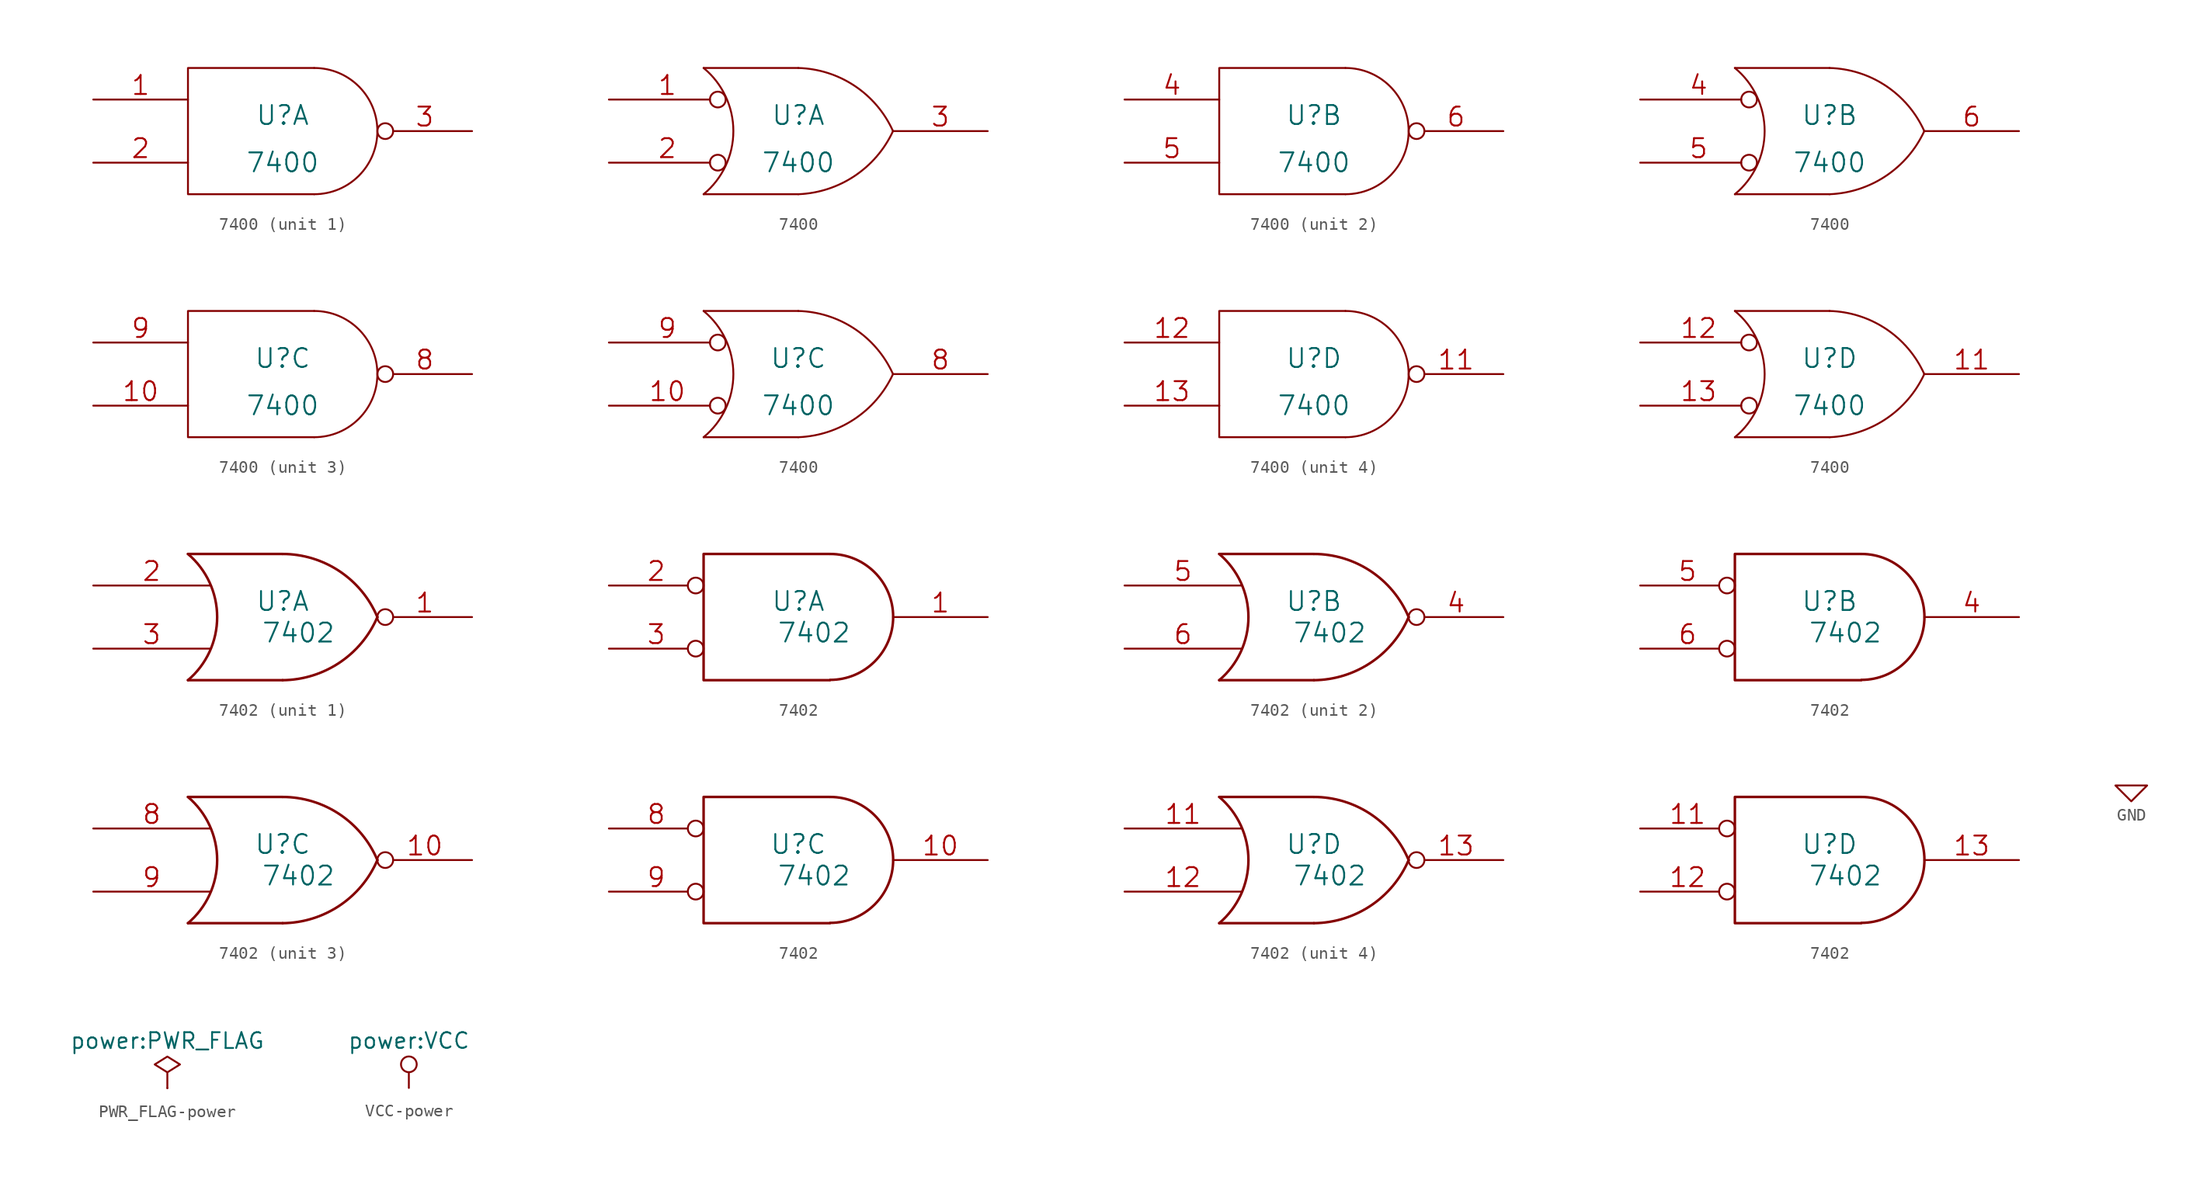
<source format=kicad_sym>
(kicad_symbol_lib
  (version 20241209)
  (generator "kicad_symbol_editor")
  (generator_version "9.0")
  (symbol "7400"
    (pin_names
      (offset 0.762))
    (property "Reference" "U"
      (at 0 1.27 0)
      (effects (font (size 1.524 1.524))))
    (property "Value" "7400"
      (at 0 -2.54 0)
      (effects (font (size 1.524 1.524))))
    (property "Footprint" ""
      (at 0 0 0)
      (effects (font (size 1.524 1.524))))
    (property "Datasheet" ""
      (at 0 0 0)
      (effects (font (size 1.524 1.524))))
    (symbol "7400_0_0"
      (pin power_in line (at -5.08 5.08 270) (length 0) (hide yes) (name "VCC" (effects (font (size 1.016 1.016)))) (number "14" (effects (font (size 1.016 1.016)))))
      (pin power_in line (at -5.08 -5.08 90) (length 0) (hide yes) (name "GND" (effects (font (size 1.016 1.016)))) (number "7" (effects (font (size 1.016 1.016))))))
    (symbol "7400_0_1"
      (polyline (pts (xy 2.54 5.08) (xy -7.62 5.08) (xy -7.62 -5.08) (xy 2.54 -5.08)) (stroke (width 0) (type solid)) (fill (type none)))
      (arc (start 2.54 5.08) (mid 7.62 0) (end 2.54 -5.08) (stroke (width 0) (type solid)) (fill (type none))))
    (symbol "7400_0_2"
      (arc (start -7.62 5.08) (mid -5.2253 0) (end -7.62 -5.08) (stroke (width 0) (type solid)) (fill (type none)))
      (polyline (pts (xy -7.62 5.08) (xy 0 5.08)) (stroke (width 0) (type solid)) (fill (type none)))
      (polyline (pts (xy -7.62 -5.08) (xy 0 -5.08)) (stroke (width 0) (type solid)) (fill (type none)))
      (arc (start 7.62 0) (mid 4.5285 -3.612) (end 0 -5.08) (stroke (width 0) (type solid)) (fill (type none)))
      (arc (start 0 5.08) (mid 4.5426 3.6351) (end 7.62 0) (stroke (width 0) (type solid)) (fill (type none))))
    (symbol "7400_1_1"
      (pin input line (at -15.24 2.54 0) (length 7.62) (name "~" (effects (font (size 1.524 1.524)))) (number "1" (effects (font (size 1.524 1.524)))))
      (pin input line (at -15.24 -2.54 0) (length 7.62) (name "~" (effects (font (size 1.524 1.524)))) (number "2" (effects (font (size 1.524 1.524)))))
      (pin output inverted (at 15.24 0 180) (length 7.62) (name "~" (effects (font (size 1.524 1.524)))) (number "3" (effects (font (size 1.524 1.524))))))
    (symbol "7400_1_2"
      (pin input inverted (at -15.24 2.54 0) (length 9.398) (name "~" (effects (font (size 1.524 1.524)))) (number "1" (effects (font (size 1.524 1.524)))))
      (pin input inverted (at -15.24 -2.54 0) (length 9.398) (name "~" (effects (font (size 1.524 1.524)))) (number "2" (effects (font (size 1.524 1.524)))))
      (pin output line (at 15.24 0 180) (length 7.62) (name "~" (effects (font (size 1.524 1.524)))) (number "3" (effects (font (size 1.524 1.524))))))
    (symbol "7400_2_1"
      (pin input line (at -15.24 2.54 0) (length 7.62) (name "~" (effects (font (size 1.524 1.524)))) (number "4" (effects (font (size 1.524 1.524)))))
      (pin input line (at -15.24 -2.54 0) (length 7.62) (name "~" (effects (font (size 1.524 1.524)))) (number "5" (effects (font (size 1.524 1.524)))))
      (pin output inverted (at 15.24 0 180) (length 7.62) (name "~" (effects (font (size 1.524 1.524)))) (number "6" (effects (font (size 1.524 1.524))))))
    (symbol "7400_2_2"
      (pin input inverted (at -15.24 2.54 0) (length 9.398) (name "~" (effects (font (size 1.524 1.524)))) (number "4" (effects (font (size 1.524 1.524)))))
      (pin input inverted (at -15.24 -2.54 0) (length 9.398) (name "~" (effects (font (size 1.524 1.524)))) (number "5" (effects (font (size 1.524 1.524)))))
      (pin output line (at 15.24 0 180) (length 7.62) (name "~" (effects (font (size 1.524 1.524)))) (number "6" (effects (font (size 1.524 1.524))))))
    (symbol "7400_3_1"
      (pin input line (at -15.24 2.54 0) (length 7.62) (name "~" (effects (font (size 1.524 1.524)))) (number "9" (effects (font (size 1.524 1.524)))))
      (pin input line (at -15.24 -2.54 0) (length 7.62) (name "~" (effects (font (size 1.524 1.524)))) (number "10" (effects (font (size 1.524 1.524)))))
      (pin output inverted (at 15.24 0 180) (length 7.62) (name "~" (effects (font (size 1.524 1.524)))) (number "8" (effects (font (size 1.524 1.524))))))
    (symbol "7400_3_2"
      (pin input inverted (at -15.24 2.54 0) (length 9.398) (name "~" (effects (font (size 1.524 1.524)))) (number "9" (effects (font (size 1.524 1.524)))))
      (pin input inverted (at -15.24 -2.54 0) (length 9.398) (name "~" (effects (font (size 1.524 1.524)))) (number "10" (effects (font (size 1.524 1.524)))))
      (pin output line (at 15.24 0 180) (length 7.62) (name "~" (effects (font (size 1.524 1.524)))) (number "8" (effects (font (size 1.524 1.524))))))
    (symbol "7400_4_1"
      (pin input line (at -15.24 2.54 0) (length 7.62) (name "~" (effects (font (size 1.524 1.524)))) (number "12" (effects (font (size 1.524 1.524)))))
      (pin input line (at -15.24 -2.54 0) (length 7.62) (name "~" (effects (font (size 1.524 1.524)))) (number "13" (effects (font (size 1.524 1.524)))))
      (pin output inverted (at 15.24 0 180) (length 7.62) (name "~" (effects (font (size 1.524 1.524)))) (number "11" (effects (font (size 1.524 1.524))))))
    (symbol "7400_4_2"
      (pin input inverted (at -15.24 2.54 0) (length 9.398) (name "~" (effects (font (size 1.524 1.524)))) (number "12" (effects (font (size 1.524 1.524)))))
      (pin input inverted (at -15.24 -2.54 0) (length 9.398) (name "~" (effects (font (size 1.524 1.524)))) (number "13" (effects (font (size 1.524 1.524)))))
      (pin output line (at 15.24 0 180) (length 7.62) (name "~" (effects (font (size 1.524 1.524)))) (number "11" (effects (font (size 1.524 1.524)))))))
  (symbol "7402"
    (pin_names
      (offset 0.762))
    (property "Reference" "U"
      (at 0 1.27 0)
      (effects (font (size 1.524 1.524))))
    (property "Value" "7402"
      (at 1.27 -1.27 0)
      (effects (font (size 1.524 1.524))))
    (property "Footprint" ""
      (at 0 0 0)
      (effects (font (size 1.524 1.524))))
    (property "Datasheet" ""
      (at 0 0 0)
      (effects (font (size 1.524 1.524))))
    (symbol "7402_0_0"
      (pin power_in line (at -5.08 5.08 270) (length 0) (hide yes) (name "VCC" (effects (font (size 1.016 1.016)))) (number "14" (effects (font (size 1.016 1.016)))))
      (pin power_in line (at -5.08 -5.08 90) (length 0) (hide yes) (name "GND" (effects (font (size 1.016 1.016)))) (number "7" (effects (font (size 1.016 1.016))))))
    (symbol "7402_0_1"
      (arc (start -7.62 5.08) (mid -5.2708 0) (end -7.62 -5.08) (stroke (width 0.2032) (type solid)) (fill (type none)))
      (polyline (pts (xy -7.62 5.08) (xy 0 5.08)) (stroke (width 0.203) (type solid)) (fill (type none)))
      (polyline (pts (xy -7.62 -5.08) (xy 0 -5.08)) (stroke (width 0.203) (type solid)) (fill (type none)))
      (arc (start 7.62 0) (mid 4.5684 -3.6712) (end 0 -5.08) (stroke (width 0.2032) (type solid)) (fill (type none)))
      (arc (start 0 5.08) (mid 4.577 3.6883) (end 7.62 0) (stroke (width 0.2032) (type solid)) (fill (type none))))
    (symbol "7402_0_2"
      (polyline (pts (xy 2.54 5.08) (xy -7.62 5.08) (xy -7.62 -5.08) (xy 2.54 -5.08)) (stroke (width 0.203) (type solid)) (fill (type none)))
      (arc (start 2.5654 5.08) (mid 7.6201 0.0001) (end 2.5654 -5.0546) (stroke (width 0.2032) (type solid)) (fill (type none))))
    (symbol "7402_1_1"
      (pin input line (at -15.24 2.54 0) (length 9.398) (name "~" (effects (font (size 1.524 1.524)))) (number "2" (effects (font (size 1.524 1.524)))))
      (pin input line (at -15.24 -2.54 0) (length 9.398) (name "~" (effects (font (size 1.524 1.524)))) (number "3" (effects (font (size 1.524 1.524)))))
      (pin output inverted (at 15.24 0 180) (length 7.62) (name "~" (effects (font (size 1.524 1.524)))) (number "1" (effects (font (size 1.524 1.524))))))
    (symbol "7402_1_2"
      (pin input inverted (at -15.24 2.54 0) (length 7.62) (name "~" (effects (font (size 1.524 1.524)))) (number "2" (effects (font (size 1.524 1.524)))))
      (pin input inverted (at -15.24 -2.54 0) (length 7.62) (name "~" (effects (font (size 1.524 1.524)))) (number "3" (effects (font (size 1.524 1.524)))))
      (pin output line (at 15.24 0 180) (length 7.62) (name "~" (effects (font (size 1.524 1.524)))) (number "1" (effects (font (size 1.524 1.524))))))
    (symbol "7402_2_1"
      (pin input line (at -15.24 2.54 0) (length 9.398) (name "~" (effects (font (size 1.524 1.524)))) (number "5" (effects (font (size 1.524 1.524)))))
      (pin input line (at -15.24 -2.54 0) (length 9.398) (name "~" (effects (font (size 1.524 1.524)))) (number "6" (effects (font (size 1.524 1.524)))))
      (pin output inverted (at 15.24 0 180) (length 7.62) (name "~" (effects (font (size 1.524 1.524)))) (number "4" (effects (font (size 1.524 1.524))))))
    (symbol "7402_2_2"
      (pin input inverted (at -15.24 2.54 0) (length 7.62) (name "~" (effects (font (size 1.524 1.524)))) (number "5" (effects (font (size 1.524 1.524)))))
      (pin input inverted (at -15.24 -2.54 0) (length 7.62) (name "~" (effects (font (size 1.524 1.524)))) (number "6" (effects (font (size 1.524 1.524)))))
      (pin output line (at 15.24 0 180) (length 7.62) (name "~" (effects (font (size 1.524 1.524)))) (number "4" (effects (font (size 1.524 1.524))))))
    (symbol "7402_3_1"
      (pin input line (at -15.24 2.54 0) (length 9.398) (name "~" (effects (font (size 1.524 1.524)))) (number "8" (effects (font (size 1.524 1.524)))))
      (pin input line (at -15.24 -2.54 0) (length 9.398) (name "~" (effects (font (size 1.524 1.524)))) (number "9" (effects (font (size 1.524 1.524)))))
      (pin output inverted (at 15.24 0 180) (length 7.62) (name "~" (effects (font (size 1.524 1.524)))) (number "10" (effects (font (size 1.524 1.524))))))
    (symbol "7402_3_2"
      (pin input inverted (at -15.24 2.54 0) (length 7.62) (name "~" (effects (font (size 1.524 1.524)))) (number "8" (effects (font (size 1.524 1.524)))))
      (pin input inverted (at -15.24 -2.54 0) (length 7.62) (name "~" (effects (font (size 1.524 1.524)))) (number "9" (effects (font (size 1.524 1.524)))))
      (pin output line (at 15.24 0 180) (length 7.62) (name "~" (effects (font (size 1.524 1.524)))) (number "10" (effects (font (size 1.524 1.524))))))
    (symbol "7402_4_1"
      (pin input line (at -15.24 2.54 0) (length 9.398) (name "~" (effects (font (size 1.524 1.524)))) (number "11" (effects (font (size 1.524 1.524)))))
      (pin input line (at -15.24 -2.54 0) (length 9.398) (name "~" (effects (font (size 1.524 1.524)))) (number "12" (effects (font (size 1.524 1.524)))))
      (pin output inverted (at 15.24 0 180) (length 7.62) (name "~" (effects (font (size 1.524 1.524)))) (number "13" (effects (font (size 1.524 1.524))))))
    (symbol "7402_4_2"
      (pin input inverted (at -15.24 2.54 0) (length 7.62) (name "~" (effects (font (size 1.524 1.524)))) (number "11" (effects (font (size 1.524 1.524)))))
      (pin input inverted (at -15.24 -2.54 0) (length 7.62) (name "~" (effects (font (size 1.524 1.524)))) (number "12" (effects (font (size 1.524 1.524)))))
      (pin output line (at 15.24 0 180) (length 7.62) (name "~" (effects (font (size 1.524 1.524)))) (number "13" (effects (font (size 1.524 1.524)))))))
  (symbol "GND"
    (power)
    (pin_names
      (offset 0))
    (property "Reference" "#PWR"
      (at 0 0 0)
      (effects (font (size 0.762 0.762)) (hide yes)))
    (symbol "GND_0_1"
      (polyline (pts (xy -1.27 0) (xy 0 -1.27) (xy 1.27 0) (xy -1.27 0)) (stroke (width 0) (type solid)) (fill (type none))))
    (symbol "GND_1_1"
      (pin power_in line (at 0 0 90) (length 0) (hide yes) (name "GND" (effects (font (size 0.762 0.762)))) (number "1" (effects (font (size 0.762 0.762)))))))
  (symbol "PWR_FLAG-power"
    (power)
    (pin_numbers
      (hide yes))
    (pin_names
      (offset 0)
      (hide yes))
    (property "Reference" "#FLG"
      (at 0 1.905 0)
      (effects (font (size 1.27 1.27)) (hide yes)))
    (property "Value" "power:PWR_FLAG"
      (at 0 3.81 0)
      (effects (font (size 1.27 1.27))))
    (symbol "PWR_FLAG-power_0_0"
      (pin power_out line (at 0 0 90) (length 0) (name "pwr" (effects (font (size 1.27 1.27)))) (number "1" (effects (font (size 1.27 1.27))))))
    (symbol "PWR_FLAG-power_0_1"
      (polyline (pts (xy 0 0) (xy 0 1.27) (xy -1.016 1.905) (xy 0 2.54) (xy 1.016 1.905) (xy 0 1.27)) (stroke (width 0) (type solid)) (fill (type none)))))
  (symbol "VCC-power"
    (power)
    (pin_names
      (offset 0))
    (property "Reference" "#PWR"
      (at 0 -3.81 0)
      (effects (font (size 1.27 1.27)) (hide yes)))
    (property "Value" "power:VCC"
      (at 0 3.81 0)
      (effects (font (size 1.27 1.27))))
    (symbol "VCC-power_0_1"
      (circle (center 0 1.905) (radius 0.635) (stroke (width 0) (type solid)) (fill (type none)))
      (polyline (pts (xy 0 0) (xy 0 1.27)) (stroke (width 0) (type solid)) (fill (type none))))
    (symbol "VCC-power_1_1"
      (pin power_in line (at 0 0 90) (length 0) (hide yes) (name "VCC" (effects (font (size 1.27 1.27)))) (number "1" (effects (font (size 1.27 1.27))))))))
</source>
